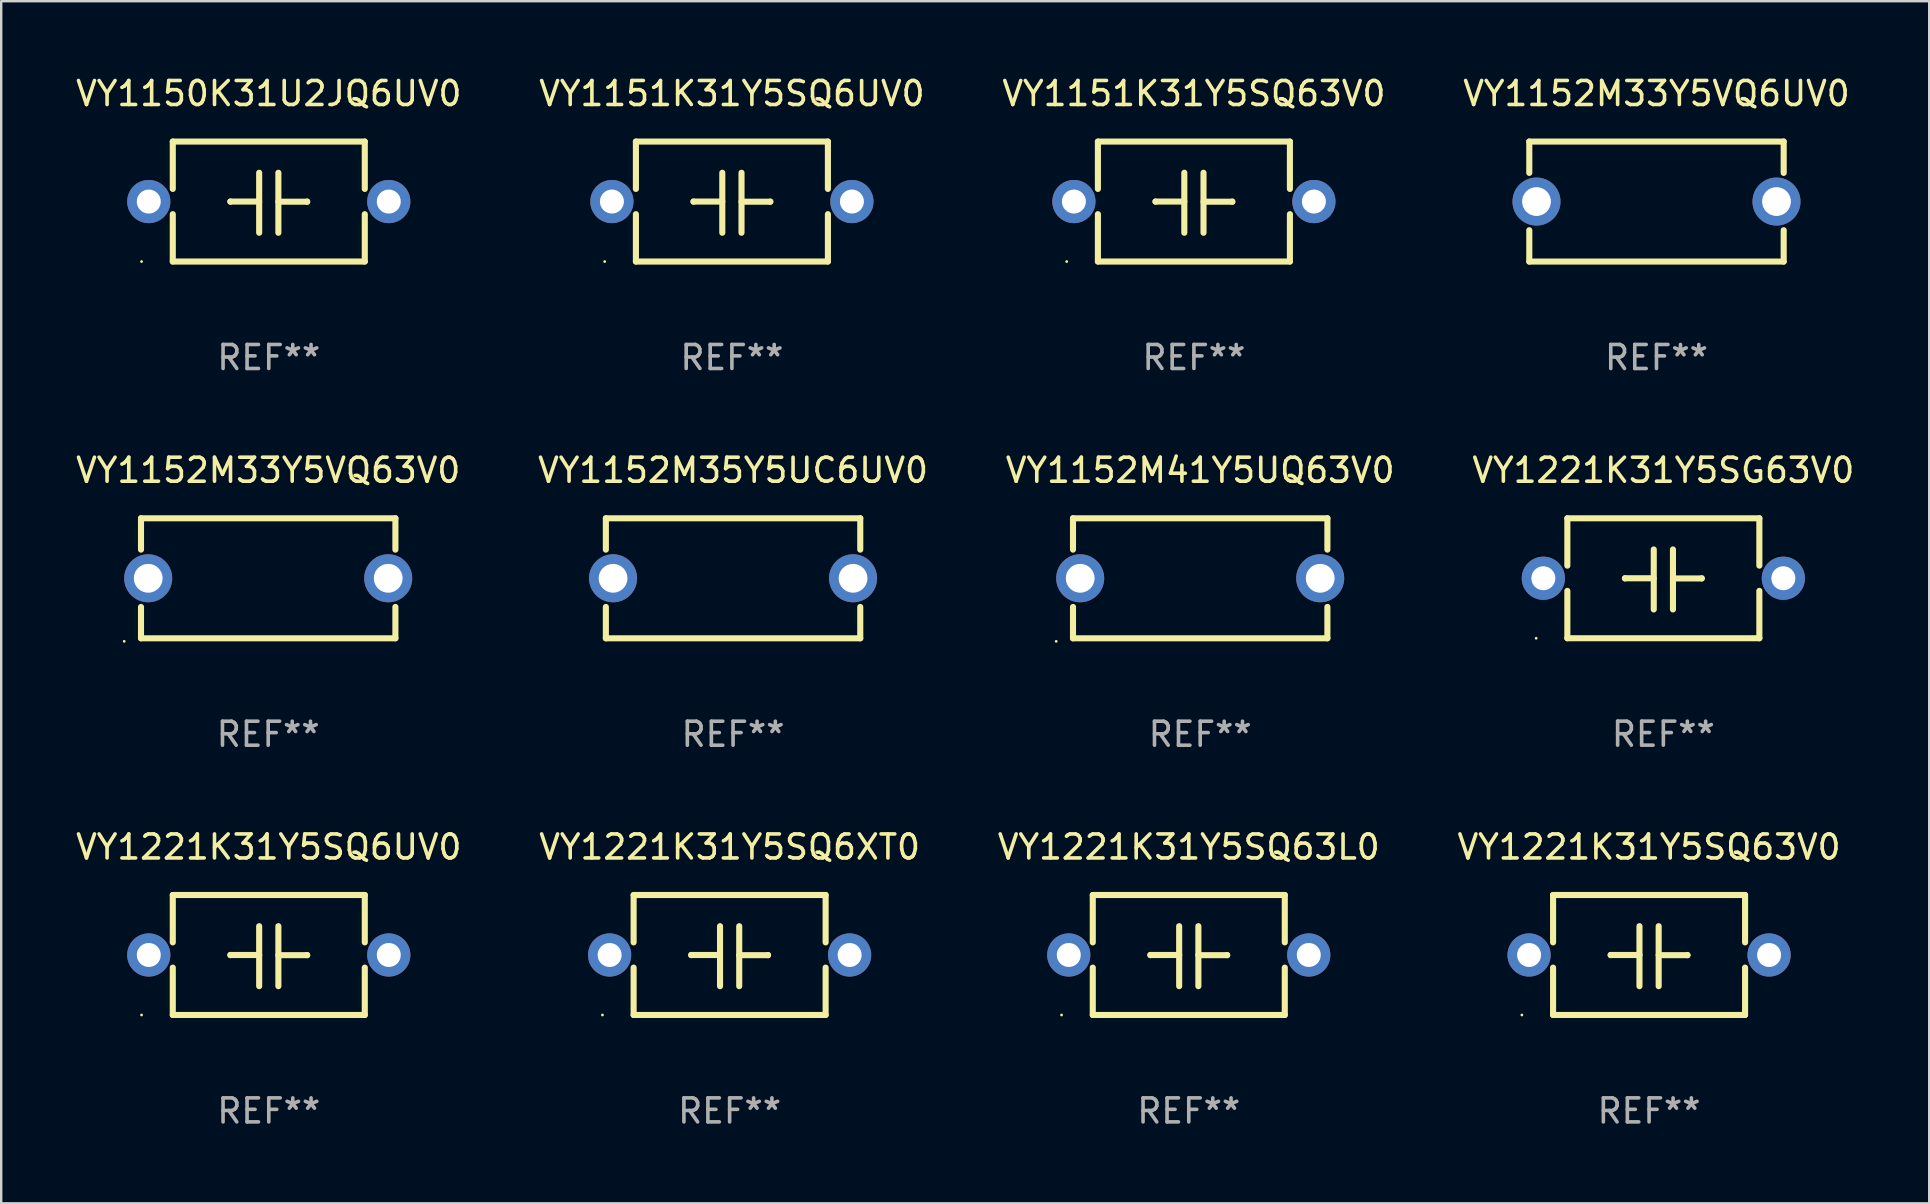
<source format=kicad_pcb>
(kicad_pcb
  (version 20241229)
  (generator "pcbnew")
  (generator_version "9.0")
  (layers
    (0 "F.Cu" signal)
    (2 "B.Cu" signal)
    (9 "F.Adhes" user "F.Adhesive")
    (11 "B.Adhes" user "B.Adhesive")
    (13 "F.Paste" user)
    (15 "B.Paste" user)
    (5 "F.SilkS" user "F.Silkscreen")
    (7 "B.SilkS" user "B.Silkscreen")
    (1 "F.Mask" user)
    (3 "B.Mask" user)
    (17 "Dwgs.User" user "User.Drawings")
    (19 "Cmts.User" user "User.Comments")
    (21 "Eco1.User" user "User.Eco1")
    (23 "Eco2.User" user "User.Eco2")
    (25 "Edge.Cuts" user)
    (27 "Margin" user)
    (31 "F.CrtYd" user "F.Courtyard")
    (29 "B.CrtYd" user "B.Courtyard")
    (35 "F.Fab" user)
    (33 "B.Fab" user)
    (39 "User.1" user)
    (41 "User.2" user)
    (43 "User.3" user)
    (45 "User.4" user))
  (footprint "VY1152M33Y5VQ6UV0"
    (layer "F.Cu")
    (at 65.97 5.348)
    (property "Reference" "VY1152M33Y5VQ6UV0" (at 0 -4.5 0) (layer "F.SilkS") (effects (font (size 1 1) (thickness 0.15))))
    (attr through_hole)
    (fp_line (start -5.3 -2.5) (end -5.3 -1.194) (stroke (width 0.254) (type solid)) (layer "F.SilkS"))
    (fp_line (start -5.3 -2.5) (end 5.3 -2.5) (stroke (width 0.254) (type solid)) (layer "F.SilkS"))
    (fp_line (start -5.3 1.194) (end -5.3 2.5) (stroke (width 0.254) (type solid)) (layer "F.SilkS"))
    (fp_line (start -5.3 2.5) (end 5.3 2.5) (stroke (width 0.254) (type solid)) (layer "F.SilkS"))
    (fp_line (start 5.3 -2.5) (end 5.3 -1.194) (stroke (width 0.254) (type solid)) (layer "F.SilkS"))
    (fp_line (start 5.3 1.194) (end 5.3 2.5) (stroke (width 0.254) (type solid)) (layer "F.SilkS"))
    (fp_circle (center -5.3 2.5) (end -5.27 2.5) (stroke (width 0.06) (type solid)) (fill no) (layer "F.SilkS"))
    (fp_text user "REF**" (at 0 6.5 0) (layer "F.Fab") (effects (font (size 1 1) (thickness 0.15))))
    (pad "1" thru_hole circle (at -5 0) (size 2 2) (drill 1.2) (layers "*.Cu" "*.Mask"))
    (pad "2" thru_hole circle (at 5 0) (size 2 2) (drill 1.2) (layers "*.Cu" "*.Mask")))
  (footprint "VY1221K31Y5SQ63V0"
    (layer "F.Cu")
    (at 65.661 36.741)
    (property "Reference" "VY1221K31Y5SQ63V0" (at 0 -4.499 0) (layer "F.SilkS") (effects (font (size 1 1) (thickness 0.15))))
    (attr through_hole)
    (fp_line (start -4 -2.499) (end -4 -0.526) (stroke (width 0.254) (type solid)) (layer "F.SilkS"))
    (fp_line (start -4 -2.499) (end 4 -2.499) (stroke (width 0.254) (type solid)) (layer "F.SilkS"))
    (fp_line (start -4 0.526) (end -4 2.499) (stroke (width 0.254) (type solid)) (layer "F.SilkS"))
    (fp_line (start -1.6 0) (end -1.6 0.007) (stroke (width 0.254) (type solid)) (layer "F.SilkS"))
    (fp_line (start -0.4 0) (end -1.6 0) (stroke (width 0.254) (type solid)) (layer "F.SilkS"))
    (fp_line (start -0.4 1.3) (end -0.4 -1.2) (stroke (width 0.254) (type solid)) (layer "F.SilkS"))
    (fp_line (start 0.4 -1.2) (end 0.4 1.3) (stroke (width 0.254) (type solid)) (layer "F.SilkS"))
    (fp_line (start 0.4 0.007) (end 1.6 0.007) (stroke (width 0.254) (type solid)) (layer "F.SilkS"))
    (fp_line (start 1.6 0.007) (end 1.6 0) (stroke (width 0.254) (type solid)) (layer "F.SilkS"))
    (fp_line (start 4 -2.499) (end 4 -0.526) (stroke (width 0.254) (type solid)) (layer "F.SilkS"))
    (fp_line (start 4 0.526) (end 4 2.499) (stroke (width 0.254) (type solid)) (layer "F.SilkS"))
    (fp_line (start 4 2.499) (end -4 2.499) (stroke (width 0.254) (type solid)) (layer "F.SilkS"))
    (fp_circle (center -5.3 2.5) (end -5.27 2.5) (stroke (width 0.06) (type solid)) (fill no) (layer "F.SilkS"))
    (fp_text user "REF**" (at 0 6.499 0) (layer "F.Fab") (effects (font (size 1 1) (thickness 0.15))))
    (pad "1" thru_hole circle (at -5 0) (size 1.8 1.8) (drill 1) (layers "*.Cu" "*.Mask"))
    (pad "2" thru_hole circle (at 5 0) (size 1.8 1.8) (drill 1) (layers "*.Cu" "*.Mask")))
  (footprint "VY1221K31Y5SG63V0"
    (layer "F.Cu")
    (at 66.256 21.044)
    (property "Reference" "VY1221K31Y5SG63V0" (at 0 -4.499 0) (layer "F.SilkS") (effects (font (size 1 1) (thickness 0.15))))
    (attr through_hole)
    (fp_line (start -4 -2.499) (end -4 -0.526) (stroke (width 0.254) (type solid)) (layer "F.SilkS"))
    (fp_line (start -4 -2.499) (end 4 -2.499) (stroke (width 0.254) (type solid)) (layer "F.SilkS"))
    (fp_line (start -4 0.526) (end -4 2.499) (stroke (width 0.254) (type solid)) (layer "F.SilkS"))
    (fp_line (start -1.6 0) (end -1.6 0.007) (stroke (width 0.254) (type solid)) (layer "F.SilkS"))
    (fp_line (start -0.4 0) (end -1.6 0) (stroke (width 0.254) (type solid)) (layer "F.SilkS"))
    (fp_line (start -0.4 1.3) (end -0.4 -1.2) (stroke (width 0.254) (type solid)) (layer "F.SilkS"))
    (fp_line (start 0.4 -1.2) (end 0.4 1.3) (stroke (width 0.254) (type solid)) (layer "F.SilkS"))
    (fp_line (start 0.4 0.007) (end 1.6 0.007) (stroke (width 0.254) (type solid)) (layer "F.SilkS"))
    (fp_line (start 1.6 0.007) (end 1.6 0) (stroke (width 0.254) (type solid)) (layer "F.SilkS"))
    (fp_line (start 4 -2.499) (end 4 -0.526) (stroke (width 0.254) (type solid)) (layer "F.SilkS"))
    (fp_line (start 4 0.526) (end 4 2.499) (stroke (width 0.254) (type solid)) (layer "F.SilkS"))
    (fp_line (start 4 2.499) (end -4 2.499) (stroke (width 0.254) (type solid)) (layer "F.SilkS"))
    (fp_circle (center -5.3 2.5) (end -5.27 2.5) (stroke (width 0.06) (type solid)) (fill no) (layer "F.SilkS"))
    (fp_text user "REF**" (at 0 6.499 0) (layer "F.Fab") (effects (font (size 1 1) (thickness 0.15))))
    (pad "1" thru_hole circle (at -5 0) (size 1.8 1.8) (drill 1) (layers "*.Cu" "*.Mask"))
    (pad "2" thru_hole circle (at 5 0) (size 1.8 1.8) (drill 1) (layers "*.Cu" "*.Mask")))
  (footprint "VY1151K31Y5SQ63V0"
    (layer "F.Cu")
    (at 46.696 5.348)
    (property "Reference" "VY1151K31Y5SQ63V0" (at 0 -4.499 0) (layer "F.SilkS") (effects (font (size 1 1) (thickness 0.15))))
    (attr through_hole)
    (fp_line (start -4 -2.499) (end -4 -0.526) (stroke (width 0.254) (type solid)) (layer "F.SilkS"))
    (fp_line (start -4 -2.499) (end 4 -2.499) (stroke (width 0.254) (type solid)) (layer "F.SilkS"))
    (fp_line (start -4 0.526) (end -4 2.499) (stroke (width 0.254) (type solid)) (layer "F.SilkS"))
    (fp_line (start -1.6 0) (end -1.6 0.007) (stroke (width 0.254) (type solid)) (layer "F.SilkS"))
    (fp_line (start -0.4 0) (end -1.6 0) (stroke (width 0.254) (type solid)) (layer "F.SilkS"))
    (fp_line (start -0.4 1.3) (end -0.4 -1.2) (stroke (width 0.254) (type solid)) (layer "F.SilkS"))
    (fp_line (start 0.4 -1.2) (end 0.4 1.3) (stroke (width 0.254) (type solid)) (layer "F.SilkS"))
    (fp_line (start 0.4 0.007) (end 1.6 0.007) (stroke (width 0.254) (type solid)) (layer "F.SilkS"))
    (fp_line (start 1.6 0.007) (end 1.6 0) (stroke (width 0.254) (type solid)) (layer "F.SilkS"))
    (fp_line (start 4 -2.499) (end 4 -0.526) (stroke (width 0.254) (type solid)) (layer "F.SilkS"))
    (fp_line (start 4 0.526) (end 4 2.499) (stroke (width 0.254) (type solid)) (layer "F.SilkS"))
    (fp_line (start 4 2.499) (end -4 2.499) (stroke (width 0.254) (type solid)) (layer "F.SilkS"))
    (fp_circle (center -5.3 2.5) (end -5.27 2.5) (stroke (width 0.06) (type solid)) (fill no) (layer "F.SilkS"))
    (fp_text user "REF**" (at 0 6.499 0) (layer "F.Fab") (effects (font (size 1 1) (thickness 0.15))))
    (pad "1" thru_hole circle (at -5 0) (size 1.8 1.8) (drill 1) (layers "*.Cu" "*.Mask"))
    (pad "2" thru_hole circle (at 5 0) (size 1.8 1.8) (drill 1) (layers "*.Cu" "*.Mask")))
  (footprint "VY1221K31Y5SQ6XT0"
    (layer "F.Cu")
    (at 27.351 36.741)
    (property "Reference" "VY1221K31Y5SQ6XT0" (at 0 -4.499 0) (layer "F.SilkS") (effects (font (size 1 1) (thickness 0.15))))
    (attr through_hole)
    (fp_line (start -4 -2.499) (end -4 -0.526) (stroke (width 0.254) (type solid)) (layer "F.SilkS"))
    (fp_line (start -4 -2.499) (end 4 -2.499) (stroke (width 0.254) (type solid)) (layer "F.SilkS"))
    (fp_line (start -4 0.526) (end -4 2.499) (stroke (width 0.254) (type solid)) (layer "F.SilkS"))
    (fp_line (start -1.6 0) (end -1.6 0.007) (stroke (width 0.254) (type solid)) (layer "F.SilkS"))
    (fp_line (start -0.4 0) (end -1.6 0) (stroke (width 0.254) (type solid)) (layer "F.SilkS"))
    (fp_line (start -0.4 1.3) (end -0.4 -1.2) (stroke (width 0.254) (type solid)) (layer "F.SilkS"))
    (fp_line (start 0.4 -1.2) (end 0.4 1.3) (stroke (width 0.254) (type solid)) (layer "F.SilkS"))
    (fp_line (start 0.4 0.007) (end 1.6 0.007) (stroke (width 0.254) (type solid)) (layer "F.SilkS"))
    (fp_line (start 1.6 0.007) (end 1.6 0) (stroke (width 0.254) (type solid)) (layer "F.SilkS"))
    (fp_line (start 4 -2.499) (end 4 -0.526) (stroke (width 0.254) (type solid)) (layer "F.SilkS"))
    (fp_line (start 4 0.526) (end 4 2.499) (stroke (width 0.254) (type solid)) (layer "F.SilkS"))
    (fp_line (start 4 2.499) (end -4 2.499) (stroke (width 0.254) (type solid)) (layer "F.SilkS"))
    (fp_circle (center -5.3 2.5) (end -5.27 2.5) (stroke (width 0.06) (type solid)) (fill no) (layer "F.SilkS"))
    (fp_text user "REF**" (at 0 6.499 0) (layer "F.Fab") (effects (font (size 1 1) (thickness 0.15))))
    (pad "1" thru_hole circle (at -5 0) (size 1.8 1.8) (drill 1) (layers "*.Cu" "*.Mask"))
    (pad "2" thru_hole circle (at 5 0) (size 1.8 1.8) (drill 1) (layers "*.Cu" "*.Mask")))
  (footprint "VY1152M33Y5VQ63V0"
    (layer "F.Cu")
    (at 8.125 21.045)
    (property "Reference" "VY1152M33Y5VQ63V0" (at 0 -4.5 0) (layer "F.SilkS") (effects (font (size 1 1) (thickness 0.15))))
    (attr through_hole)
    (fp_line (start -5.3 -2.5) (end -5.3 -1.194) (stroke (width 0.254) (type solid)) (layer "F.SilkS"))
    (fp_line (start -5.3 -2.5) (end 5.3 -2.5) (stroke (width 0.254) (type solid)) (layer "F.SilkS"))
    (fp_line (start -5.3 1.194) (end -5.3 2.5) (stroke (width 0.254) (type solid)) (layer "F.SilkS"))
    (fp_line (start -5.3 2.5) (end 5.3 2.5) (stroke (width 0.254) (type solid)) (layer "F.SilkS"))
    (fp_line (start 5.3 -2.5) (end 5.3 -1.194) (stroke (width 0.254) (type solid)) (layer "F.SilkS"))
    (fp_line (start 5.3 1.194) (end 5.3 2.5) (stroke (width 0.254) (type solid)) (layer "F.SilkS"))
    (fp_circle (center -6 2.627) (end -5.97 2.627) (stroke (width 0.06) (type solid)) (fill no) (layer "F.SilkS"))
    (fp_text user "REF**" (at 0 6.5 0) (layer "F.Fab") (effects (font (size 1 1) (thickness 0.15))))
    (pad "1" thru_hole circle (at -5 0) (size 2 2) (drill 1.2) (layers "*.Cu" "*.Mask"))
    (pad "2" thru_hole circle (at 5 0) (size 2 2) (drill 1.2) (layers "*.Cu" "*.Mask")))
  (footprint "VY1221K31Y5SQ6UV0"
    (layer "F.Cu")
    (at 8.149 36.741)
    (property "Reference" "VY1221K31Y5SQ6UV0" (at 0 -4.499 0) (layer "F.SilkS") (effects (font (size 1 1) (thickness 0.15))))
    (attr through_hole)
    (fp_line (start -4 -2.499) (end -4 -0.526) (stroke (width 0.254) (type solid)) (layer "F.SilkS"))
    (fp_line (start -4 -2.499) (end 4 -2.499) (stroke (width 0.254) (type solid)) (layer "F.SilkS"))
    (fp_line (start -4 0.526) (end -4 2.499) (stroke (width 0.254) (type solid)) (layer "F.SilkS"))
    (fp_line (start -1.6 0) (end -1.6 0.007) (stroke (width 0.254) (type solid)) (layer "F.SilkS"))
    (fp_line (start -0.4 0) (end -1.6 0) (stroke (width 0.254) (type solid)) (layer "F.SilkS"))
    (fp_line (start -0.4 1.3) (end -0.4 -1.2) (stroke (width 0.254) (type solid)) (layer "F.SilkS"))
    (fp_line (start 0.4 -1.2) (end 0.4 1.3) (stroke (width 0.254) (type solid)) (layer "F.SilkS"))
    (fp_line (start 0.4 0.007) (end 1.6 0.007) (stroke (width 0.254) (type solid)) (layer "F.SilkS"))
    (fp_line (start 1.6 0.007) (end 1.6 0) (stroke (width 0.254) (type solid)) (layer "F.SilkS"))
    (fp_line (start 4 -2.499) (end 4 -0.526) (stroke (width 0.254) (type solid)) (layer "F.SilkS"))
    (fp_line (start 4 0.526) (end 4 2.499) (stroke (width 0.254) (type solid)) (layer "F.SilkS"))
    (fp_line (start 4 2.499) (end -4 2.499) (stroke (width 0.254) (type solid)) (layer "F.SilkS"))
    (fp_circle (center -5.3 2.5) (end -5.27 2.5) (stroke (width 0.06) (type solid)) (fill no) (layer "F.SilkS"))
    (fp_text user "REF**" (at 0 6.499 0) (layer "F.Fab") (effects (font (size 1 1) (thickness 0.15))))
    (pad "1" thru_hole circle (at -5 0) (size 1.8 1.8) (drill 1) (layers "*.Cu" "*.Mask"))
    (pad "2" thru_hole circle (at 5 0) (size 1.8 1.8) (drill 1) (layers "*.Cu" "*.Mask")))
  (footprint "VY1150K31U2JQ6UV0"
    (layer "F.Cu")
    (at 8.149 5.348)
    (property "Reference" "VY1150K31U2JQ6UV0" (at 0 -4.499 0) (layer "F.SilkS") (effects (font (size 1 1) (thickness 0.15))))
    (attr through_hole)
    (fp_line (start -4 -2.499) (end -4 -0.526) (stroke (width 0.254) (type solid)) (layer "F.SilkS"))
    (fp_line (start -4 -2.499) (end 4 -2.499) (stroke (width 0.254) (type solid)) (layer "F.SilkS"))
    (fp_line (start -4 0.526) (end -4 2.499) (stroke (width 0.254) (type solid)) (layer "F.SilkS"))
    (fp_line (start -1.6 0) (end -1.6 0.007) (stroke (width 0.254) (type solid)) (layer "F.SilkS"))
    (fp_line (start -0.4 0) (end -1.6 0) (stroke (width 0.254) (type solid)) (layer "F.SilkS"))
    (fp_line (start -0.4 1.3) (end -0.4 -1.2) (stroke (width 0.254) (type solid)) (layer "F.SilkS"))
    (fp_line (start 0.4 -1.2) (end 0.4 1.3) (stroke (width 0.254) (type solid)) (layer "F.SilkS"))
    (fp_line (start 0.4 0.007) (end 1.6 0.007) (stroke (width 0.254) (type solid)) (layer "F.SilkS"))
    (fp_line (start 1.6 0.007) (end 1.6 0) (stroke (width 0.254) (type solid)) (layer "F.SilkS"))
    (fp_line (start 4 -2.499) (end 4 -0.526) (stroke (width 0.254) (type solid)) (layer "F.SilkS"))
    (fp_line (start 4 0.526) (end 4 2.499) (stroke (width 0.254) (type solid)) (layer "F.SilkS"))
    (fp_line (start 4 2.499) (end -4 2.499) (stroke (width 0.254) (type solid)) (layer "F.SilkS"))
    (fp_circle (center -5.3 2.5) (end -5.27 2.5) (stroke (width 0.06) (type solid)) (fill no) (layer "F.SilkS"))
    (fp_text user "REF**" (at 0 6.499 0) (layer "F.Fab") (effects (font (size 1 1) (thickness 0.15))))
    (pad "1" thru_hole circle (at -5 0) (size 1.8 1.8) (drill 1) (layers "*.Cu" "*.Mask"))
    (pad "2" thru_hole circle (at 5 0) (size 1.8 1.8) (drill 1) (layers "*.Cu" "*.Mask")))
  (footprint "VY1151K31Y5SQ6UV0"
    (layer "F.Cu")
    (at 27.446 5.348)
    (property "Reference" "VY1151K31Y5SQ6UV0" (at 0 -4.499 0) (layer "F.SilkS") (effects (font (size 1 1) (thickness 0.15))))
    (attr through_hole)
    (fp_line (start -4 -2.499) (end -4 -0.526) (stroke (width 0.254) (type solid)) (layer "F.SilkS"))
    (fp_line (start -4 -2.499) (end 4 -2.499) (stroke (width 0.254) (type solid)) (layer "F.SilkS"))
    (fp_line (start -4 0.526) (end -4 2.499) (stroke (width 0.254) (type solid)) (layer "F.SilkS"))
    (fp_line (start -1.6 0) (end -1.6 0.007) (stroke (width 0.254) (type solid)) (layer "F.SilkS"))
    (fp_line (start -0.4 0) (end -1.6 0) (stroke (width 0.254) (type solid)) (layer "F.SilkS"))
    (fp_line (start -0.4 1.3) (end -0.4 -1.2) (stroke (width 0.254) (type solid)) (layer "F.SilkS"))
    (fp_line (start 0.4 -1.2) (end 0.4 1.3) (stroke (width 0.254) (type solid)) (layer "F.SilkS"))
    (fp_line (start 0.4 0.007) (end 1.6 0.007) (stroke (width 0.254) (type solid)) (layer "F.SilkS"))
    (fp_line (start 1.6 0.007) (end 1.6 0) (stroke (width 0.254) (type solid)) (layer "F.SilkS"))
    (fp_line (start 4 -2.499) (end 4 -0.526) (stroke (width 0.254) (type solid)) (layer "F.SilkS"))
    (fp_line (start 4 0.526) (end 4 2.499) (stroke (width 0.254) (type solid)) (layer "F.SilkS"))
    (fp_line (start 4 2.499) (end -4 2.499) (stroke (width 0.254) (type solid)) (layer "F.SilkS"))
    (fp_circle (center -5.3 2.5) (end -5.27 2.5) (stroke (width 0.06) (type solid)) (fill no) (layer "F.SilkS"))
    (fp_text user "REF**" (at 0 6.499 0) (layer "F.Fab") (effects (font (size 1 1) (thickness 0.15))))
    (pad "1" thru_hole circle (at -5 0) (size 1.8 1.8) (drill 1) (layers "*.Cu" "*.Mask"))
    (pad "2" thru_hole circle (at 5 0) (size 1.8 1.8) (drill 1) (layers "*.Cu" "*.Mask")))
  (footprint "VY1152M41Y5UQ63V0"
    (layer "F.Cu")
    (at 46.958 21.045)
    (property "Reference" "VY1152M41Y5UQ63V0" (at 0 -4.5 0) (layer "F.SilkS") (effects (font (size 1 1) (thickness 0.15))))
    (attr through_hole)
    (fp_line (start -5.3 -2.5) (end -5.3 -1.194) (stroke (width 0.254) (type solid)) (layer "F.SilkS"))
    (fp_line (start -5.3 -2.5) (end 5.3 -2.5) (stroke (width 0.254) (type solid)) (layer "F.SilkS"))
    (fp_line (start -5.3 1.194) (end -5.3 2.5) (stroke (width 0.254) (type solid)) (layer "F.SilkS"))
    (fp_line (start -5.3 2.5) (end 5.3 2.5) (stroke (width 0.254) (type solid)) (layer "F.SilkS"))
    (fp_line (start 5.3 -2.5) (end 5.3 -1.194) (stroke (width 0.254) (type solid)) (layer "F.SilkS"))
    (fp_line (start 5.3 1.194) (end 5.3 2.5) (stroke (width 0.254) (type solid)) (layer "F.SilkS"))
    (fp_circle (center -6 2.627) (end -5.97 2.627) (stroke (width 0.06) (type solid)) (fill no) (layer "F.SilkS"))
    (fp_text user "REF**" (at 0 6.5 0) (layer "F.Fab") (effects (font (size 1 1) (thickness 0.15))))
    (pad "1" thru_hole circle (at -5 0) (size 2 2) (drill 1.2) (layers "*.Cu" "*.Mask"))
    (pad "2" thru_hole circle (at 5 0) (size 2 2) (drill 1.2) (layers "*.Cu" "*.Mask")))
  (footprint "VY1221K31Y5SQ63L0"
    (layer "F.Cu")
    (at 46.482 36.741)
    (property "Reference" "VY1221K31Y5SQ63L0" (at 0 -4.499 0) (layer "F.SilkS") (effects (font (size 1 1) (thickness 0.15))))
    (attr through_hole)
    (fp_line (start -4 -2.499) (end -4 -0.526) (stroke (width 0.254) (type solid)) (layer "F.SilkS"))
    (fp_line (start -4 -2.499) (end 4 -2.499) (stroke (width 0.254) (type solid)) (layer "F.SilkS"))
    (fp_line (start -4 0.526) (end -4 2.499) (stroke (width 0.254) (type solid)) (layer "F.SilkS"))
    (fp_line (start -1.6 0) (end -1.6 0.007) (stroke (width 0.254) (type solid)) (layer "F.SilkS"))
    (fp_line (start -0.4 0) (end -1.6 0) (stroke (width 0.254) (type solid)) (layer "F.SilkS"))
    (fp_line (start -0.4 1.3) (end -0.4 -1.2) (stroke (width 0.254) (type solid)) (layer "F.SilkS"))
    (fp_line (start 0.4 -1.2) (end 0.4 1.3) (stroke (width 0.254) (type solid)) (layer "F.SilkS"))
    (fp_line (start 0.4 0.007) (end 1.6 0.007) (stroke (width 0.254) (type solid)) (layer "F.SilkS"))
    (fp_line (start 1.6 0.007) (end 1.6 0) (stroke (width 0.254) (type solid)) (layer "F.SilkS"))
    (fp_line (start 4 -2.499) (end 4 -0.526) (stroke (width 0.254) (type solid)) (layer "F.SilkS"))
    (fp_line (start 4 0.526) (end 4 2.499) (stroke (width 0.254) (type solid)) (layer "F.SilkS"))
    (fp_line (start 4 2.499) (end -4 2.499) (stroke (width 0.254) (type solid)) (layer "F.SilkS"))
    (fp_circle (center -5.3 2.5) (end -5.27 2.5) (stroke (width 0.06) (type solid)) (fill no) (layer "F.SilkS"))
    (fp_text user "REF**" (at 0 6.499 0) (layer "F.Fab") (effects (font (size 1 1) (thickness 0.15))))
    (pad "1" thru_hole circle (at -5 0) (size 1.8 1.8) (drill 1) (layers "*.Cu" "*.Mask"))
    (pad "2" thru_hole circle (at 5 0) (size 1.8 1.8) (drill 1) (layers "*.Cu" "*.Mask")))
  (footprint "VY1152M35Y5UC6UV0"
    (layer "F.Cu")
    (at 27.494 21.045)
    (property "Reference" "VY1152M35Y5UC6UV0" (at 0 -4.5 0) (layer "F.SilkS") (effects (font (size 1 1) (thickness 0.15))))
    (attr through_hole)
    (fp_line (start -5.3 -2.5) (end -5.3 -1.194) (stroke (width 0.254) (type solid)) (layer "F.SilkS"))
    (fp_line (start -5.3 -2.5) (end 5.3 -2.5) (stroke (width 0.254) (type solid)) (layer "F.SilkS"))
    (fp_line (start -5.3 1.194) (end -5.3 2.5) (stroke (width 0.254) (type solid)) (layer "F.SilkS"))
    (fp_line (start -5.3 2.5) (end 5.3 2.5) (stroke (width 0.254) (type solid)) (layer "F.SilkS"))
    (fp_line (start 5.3 -2.5) (end 5.3 -1.194) (stroke (width 0.254) (type solid)) (layer "F.SilkS"))
    (fp_line (start 5.3 1.194) (end 5.3 2.5) (stroke (width 0.254) (type solid)) (layer "F.SilkS"))
    (fp_circle (center -5.3 2.5) (end -5.27 2.5) (stroke (width 0.06) (type solid)) (fill no) (layer "F.SilkS"))
    (fp_text user "REF**" (at 0 6.5 0) (layer "F.Fab") (effects (font (size 1 1) (thickness 0.15))))
    (pad "1" thru_hole circle (at -5 0) (size 2 2) (drill 1.2) (layers "*.Cu" "*.Mask"))
    (pad "2" thru_hole circle (at 5 0) (size 2 2) (drill 1.2) (layers "*.Cu" "*.Mask")))
  (gr_rect
    (start -3 -3)
    (end 77.333 47.088)
    (stroke (width 0.1) (type default))
    (fill no)
    (layer "Edge.Cuts")))
</source>
